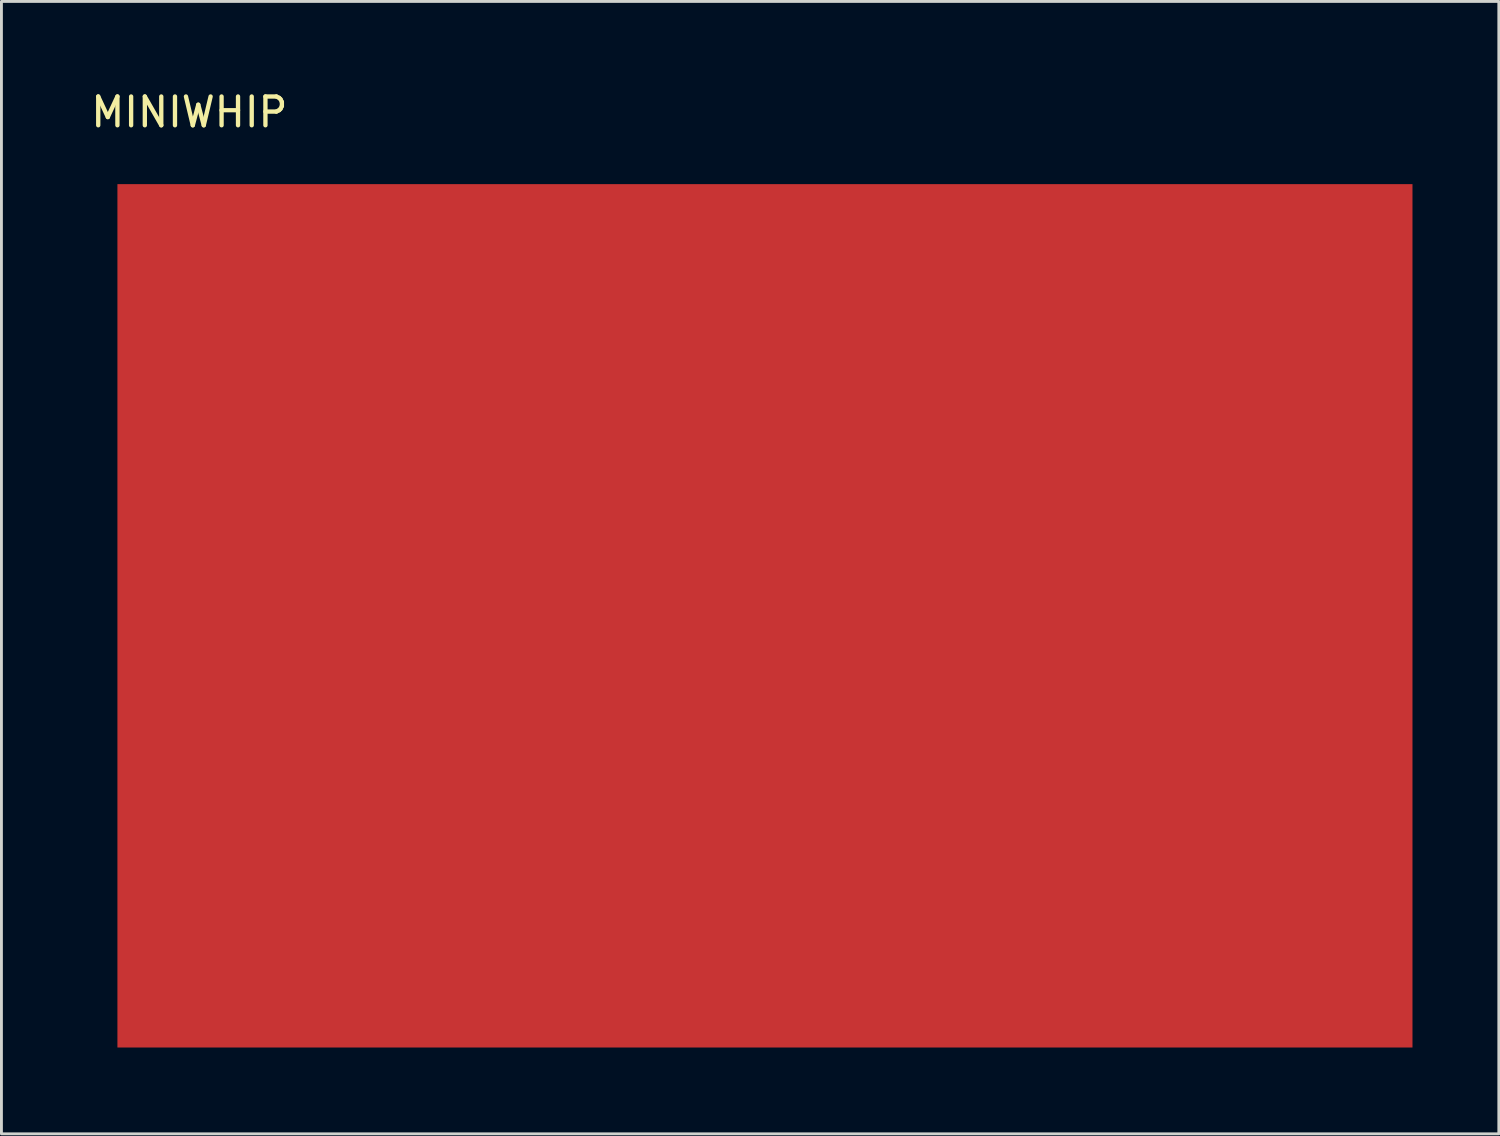
<source format=kicad_pcb>
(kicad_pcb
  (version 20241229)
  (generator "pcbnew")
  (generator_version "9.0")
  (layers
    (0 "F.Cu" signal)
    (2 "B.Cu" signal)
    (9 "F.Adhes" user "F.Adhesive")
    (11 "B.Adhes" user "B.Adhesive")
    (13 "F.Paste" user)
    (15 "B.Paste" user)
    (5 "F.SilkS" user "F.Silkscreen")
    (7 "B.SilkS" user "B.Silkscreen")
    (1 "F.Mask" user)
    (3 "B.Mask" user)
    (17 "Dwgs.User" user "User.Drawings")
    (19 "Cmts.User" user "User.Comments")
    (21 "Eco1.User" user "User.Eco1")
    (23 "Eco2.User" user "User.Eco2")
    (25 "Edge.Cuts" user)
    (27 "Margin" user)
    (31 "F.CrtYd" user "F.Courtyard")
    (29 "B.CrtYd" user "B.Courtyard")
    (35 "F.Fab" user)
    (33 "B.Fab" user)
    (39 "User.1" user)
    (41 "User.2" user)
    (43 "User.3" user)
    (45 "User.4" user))
  (footprint "MINIWHIP"
    (layer "F.Cu")
    (at 1.03 3.348)
    (property "Reference" "MINIWHIP" (at 2.5 -2.5 0) (layer "F.SilkS") (effects (font (size 1 1) (thickness 0.15))))
    (attr through_hole)
    (pad "1" smd rect (at 22.5 15) (size 45 30) (layers "F.Cu" "F.Mask" "F.Paste")))
  (gr_rect
    (start -3 -3)
    (end 49.03 36.348)
    (stroke (width 0.1) (type default))
    (fill no)
    (layer "Edge.Cuts")))
</source>
